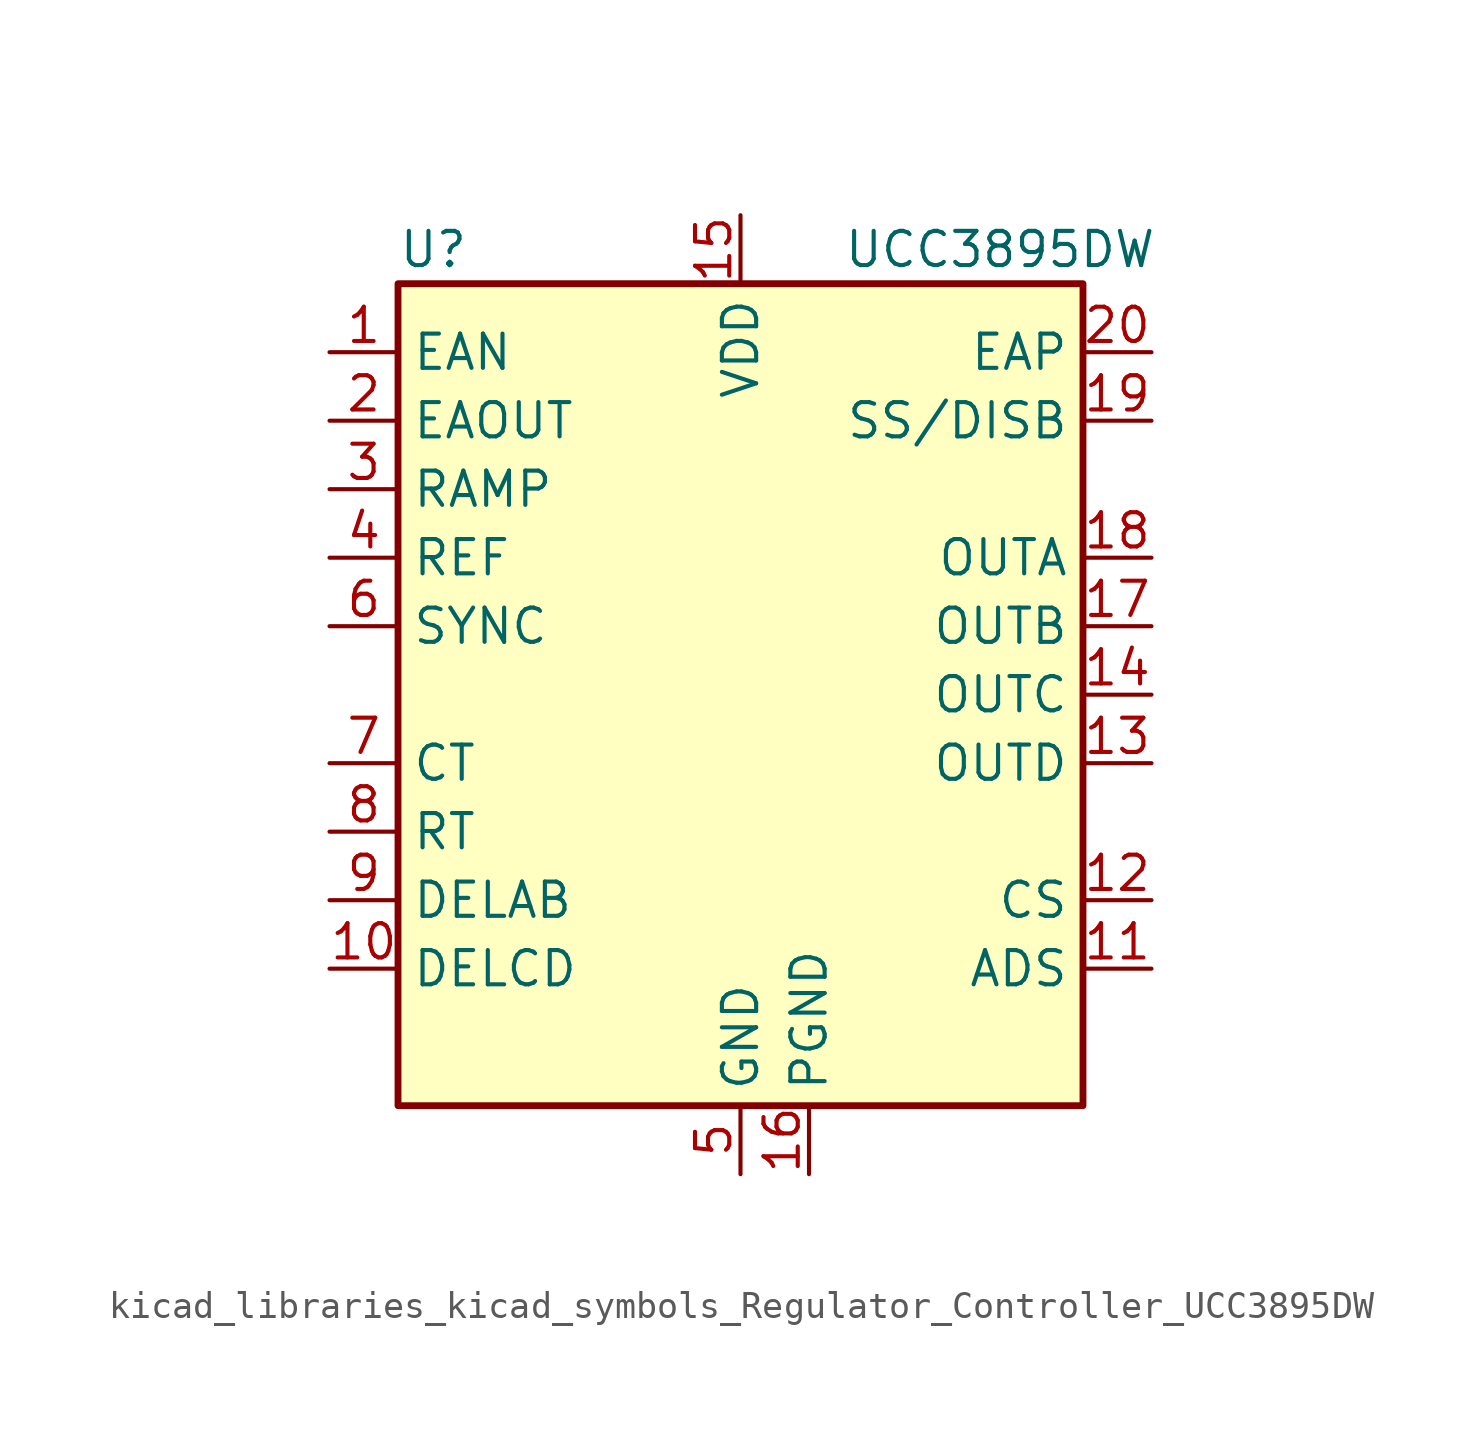
<source format=kicad_sym>
(kicad_symbol_lib
  (version 20220914)
  (generator kicad_symbol_editor)
  (symbol "kicad_libraries_kicad_symbols_Regulator_Controller_UCC3895DW"
    (property "Reference" "U"
      (at -12.7 16.51 0)
      (effects (font (size 1.27 1.27)) (justify left)))
    (property "Value" "UCC3895DW"
      (at 3.81 16.51 0)
      (effects (font (size 1.27 1.27)) (justify left)))
    (symbol "kicad_libraries_kicad_symbols_Regulator_Controller_UCC3895DW_0_1"
      (rectangle (start -12.7 15.24) (end 12.7 -15.24) (stroke (width 0.254) (type default)) (fill (type background))))
    (symbol "kicad_libraries_kicad_symbols_Regulator_Controller_UCC3895DW_1_1"
      (pin input line (at -15.24 12.7 0) (length 2.54) (name "EAN" (effects (font (size 1.27 1.27)))) (number "1" (effects (font (size 1.27 1.27)))))
      (pin passive line (at -15.24 -10.16 0) (length 2.54) (name "DELCD" (effects (font (size 1.27 1.27)))) (number "10" (effects (font (size 1.27 1.27)))))
      (pin input line (at 15.24 -10.16 180) (length 2.54) (name "ADS" (effects (font (size 1.27 1.27)))) (number "11" (effects (font (size 1.27 1.27)))))
      (pin input line (at 15.24 -7.62 180) (length 2.54) (name "CS" (effects (font (size 1.27 1.27)))) (number "12" (effects (font (size 1.27 1.27)))))
      (pin output line (at 15.24 -2.54 180) (length 2.54) (name "OUTD" (effects (font (size 1.27 1.27)))) (number "13" (effects (font (size 1.27 1.27)))))
      (pin output line (at 15.24 0 180) (length 2.54) (name "OUTC" (effects (font (size 1.27 1.27)))) (number "14" (effects (font (size 1.27 1.27)))))
      (pin power_in line (at 0 17.78 270) (length 2.54) (name "VDD" (effects (font (size 1.27 1.27)))) (number "15" (effects (font (size 1.27 1.27)))))
      (pin power_in line (at 2.54 -17.78 90) (length 2.54) (name "PGND" (effects (font (size 1.27 1.27)))) (number "16" (effects (font (size 1.27 1.27)))))
      (pin output line (at 15.24 2.54 180) (length 2.54) (name "OUTB" (effects (font (size 1.27 1.27)))) (number "17" (effects (font (size 1.27 1.27)))))
      (pin output line (at 15.24 5.08 180) (length 2.54) (name "OUTA" (effects (font (size 1.27 1.27)))) (number "18" (effects (font (size 1.27 1.27)))))
      (pin passive line (at 15.24 10.16 180) (length 2.54) (name "SS/DISB" (effects (font (size 1.27 1.27)))) (number "19" (effects (font (size 1.27 1.27)))))
      (pin bidirectional line (at -15.24 10.16 0) (length 2.54) (name "EAOUT" (effects (font (size 1.27 1.27)))) (number "2" (effects (font (size 1.27 1.27)))))
      (pin input line (at 15.24 12.7 180) (length 2.54) (name "EAP" (effects (font (size 1.27 1.27)))) (number "20" (effects (font (size 1.27 1.27)))))
      (pin input line (at -15.24 7.62 0) (length 2.54) (name "RAMP" (effects (font (size 1.27 1.27)))) (number "3" (effects (font (size 1.27 1.27)))))
      (pin output line (at -15.24 5.08 0) (length 2.54) (name "REF" (effects (font (size 1.27 1.27)))) (number "4" (effects (font (size 1.27 1.27)))))
      (pin power_in line (at 0 -17.78 90) (length 2.54) (name "GND" (effects (font (size 1.27 1.27)))) (number "5" (effects (font (size 1.27 1.27)))))
      (pin bidirectional line (at -15.24 2.54 0) (length 2.54) (name "SYNC" (effects (font (size 1.27 1.27)))) (number "6" (effects (font (size 1.27 1.27)))))
      (pin passive line (at -15.24 -2.54 0) (length 2.54) (name "CT" (effects (font (size 1.27 1.27)))) (number "7" (effects (font (size 1.27 1.27)))))
      (pin passive line (at -15.24 -5.08 0) (length 2.54) (name "RT" (effects (font (size 1.27 1.27)))) (number "8" (effects (font (size 1.27 1.27)))))
      (pin passive line (at -15.24 -7.62 0) (length 2.54) (name "DELAB" (effects (font (size 1.27 1.27)))) (number "9" (effects (font (size 1.27 1.27))))))))
</source>
